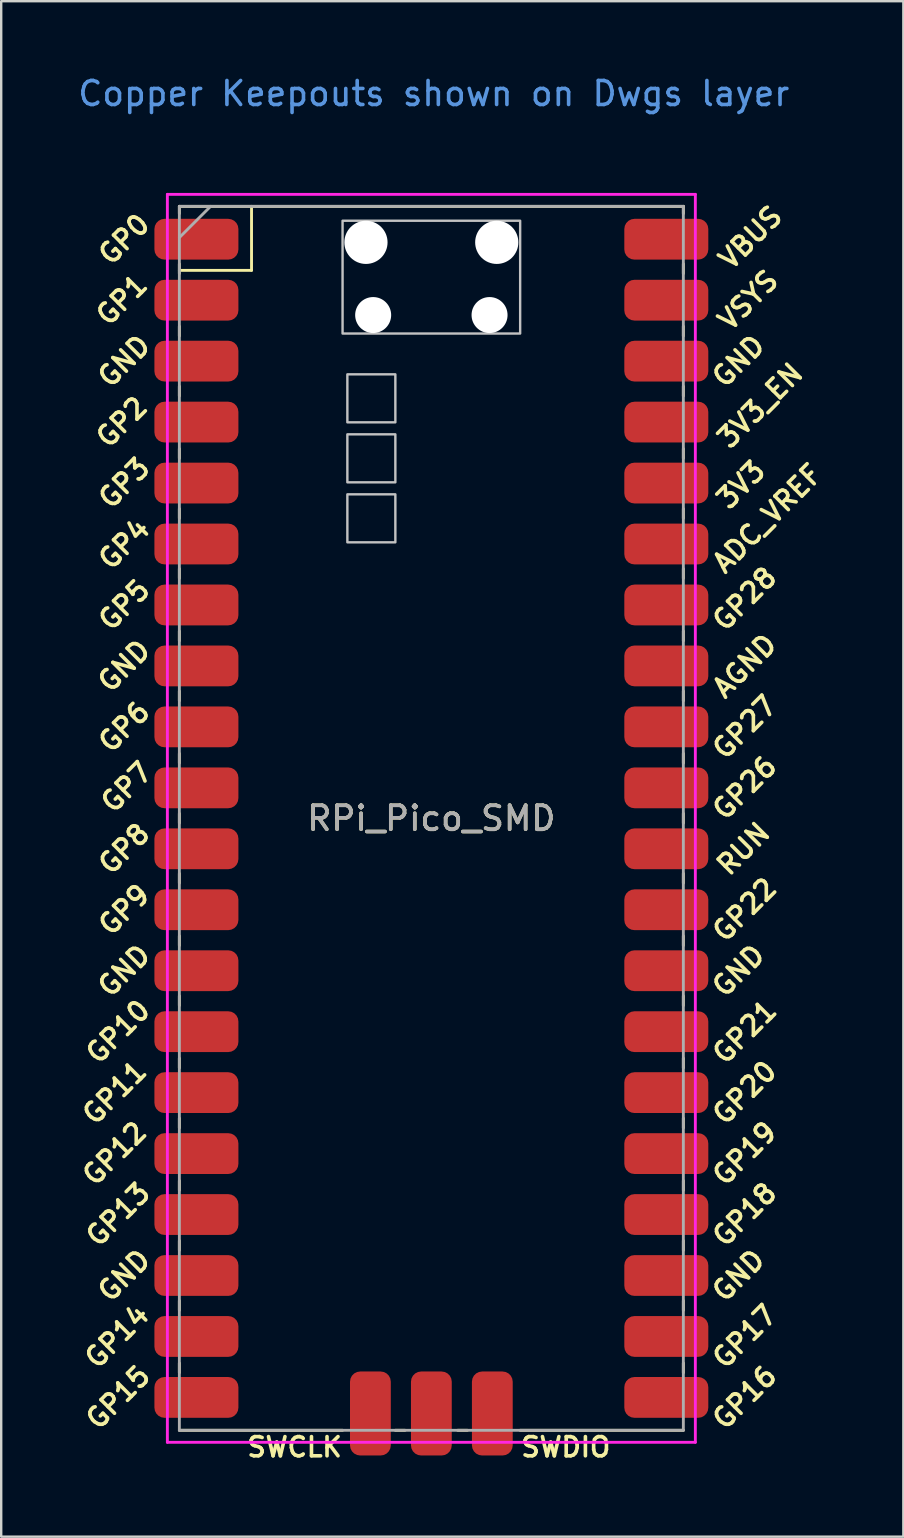
<source format=kicad_pcb>
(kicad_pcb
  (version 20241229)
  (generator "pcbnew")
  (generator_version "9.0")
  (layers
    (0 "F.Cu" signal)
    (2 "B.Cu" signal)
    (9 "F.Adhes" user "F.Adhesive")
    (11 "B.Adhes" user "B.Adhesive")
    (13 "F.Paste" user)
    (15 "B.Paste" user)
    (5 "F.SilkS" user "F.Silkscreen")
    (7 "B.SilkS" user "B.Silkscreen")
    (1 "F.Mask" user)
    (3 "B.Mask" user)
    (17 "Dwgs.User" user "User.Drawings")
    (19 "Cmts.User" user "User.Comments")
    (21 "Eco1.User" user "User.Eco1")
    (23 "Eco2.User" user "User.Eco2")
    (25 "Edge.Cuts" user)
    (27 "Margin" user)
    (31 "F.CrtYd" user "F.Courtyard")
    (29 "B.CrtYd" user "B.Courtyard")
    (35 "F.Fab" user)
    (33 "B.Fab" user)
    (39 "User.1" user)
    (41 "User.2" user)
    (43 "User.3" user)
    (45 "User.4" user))
  (footprint "RPi_Pico_SMD"
    (layer "F.Cu")
    (at 14.924 31.048)
    (property "Reference" "RPi_Pico_SMD" (at 0 0 0) (layer "F.SilkS") (effects (font (size 1 1) (thickness 0.15))))
    (attr through_hole)
    (fp_line (start -10.5 -25.5) (end -10.5 -25.2) (stroke (width 0.12) (type solid)) (layer "F.SilkS"))
    (fp_line (start -10.5 -25.5) (end 10.5 -25.5) (stroke (width 0.12) (type solid)) (layer "F.SilkS"))
    (fp_line (start -10.5 -23.1) (end -10.5 -22.7) (stroke (width 0.12) (type solid)) (layer "F.SilkS"))
    (fp_line (start -10.5 -22.833) (end -7.493 -22.833) (stroke (width 0.12) (type solid)) (layer "F.SilkS"))
    (fp_line (start -10.5 -20.5) (end -10.5 -20.1) (stroke (width 0.12) (type solid)) (layer "F.SilkS"))
    (fp_line (start -10.5 -18) (end -10.5 -17.6) (stroke (width 0.12) (type solid)) (layer "F.SilkS"))
    (fp_line (start -10.5 -15.4) (end -10.5 -15) (stroke (width 0.12) (type solid)) (layer "F.SilkS"))
    (fp_line (start -10.5 -12.9) (end -10.5 -12.5) (stroke (width 0.12) (type solid)) (layer "F.SilkS"))
    (fp_line (start -10.5 -10.4) (end -10.5 -10) (stroke (width 0.12) (type solid)) (layer "F.SilkS"))
    (fp_line (start -10.5 -7.8) (end -10.5 -7.4) (stroke (width 0.12) (type solid)) (layer "F.SilkS"))
    (fp_line (start -10.5 -5.3) (end -10.5 -4.9) (stroke (width 0.12) (type solid)) (layer "F.SilkS"))
    (fp_line (start -10.5 -2.7) (end -10.5 -2.3) (stroke (width 0.12) (type solid)) (layer "F.SilkS"))
    (fp_line (start -10.5 -0.2) (end -10.5 0.2) (stroke (width 0.12) (type solid)) (layer "F.SilkS"))
    (fp_line (start -10.5 2.3) (end -10.5 2.7) (stroke (width 0.12) (type solid)) (layer "F.SilkS"))
    (fp_line (start -10.5 4.9) (end -10.5 5.3) (stroke (width 0.12) (type solid)) (layer "F.SilkS"))
    (fp_line (start -10.5 7.4) (end -10.5 7.8) (stroke (width 0.12) (type solid)) (layer "F.SilkS"))
    (fp_line (start -10.5 10) (end -10.5 10.4) (stroke (width 0.12) (type solid)) (layer "F.SilkS"))
    (fp_line (start -10.5 12.5) (end -10.5 12.9) (stroke (width 0.12) (type solid)) (layer "F.SilkS"))
    (fp_line (start -10.5 15.1) (end -10.5 15.5) (stroke (width 0.12) (type solid)) (layer "F.SilkS"))
    (fp_line (start -10.5 17.6) (end -10.5 18) (stroke (width 0.12) (type solid)) (layer "F.SilkS"))
    (fp_line (start -10.5 20.1) (end -10.5 20.5) (stroke (width 0.12) (type solid)) (layer "F.SilkS"))
    (fp_line (start -10.5 22.7) (end -10.5 23.1) (stroke (width 0.12) (type solid)) (layer "F.SilkS"))
    (fp_line (start -7.493 -22.833) (end -7.493 -25.5) (stroke (width 0.12) (type solid)) (layer "F.SilkS"))
    (fp_line (start -3.7 25.5) (end -10.5 25.5) (stroke (width 0.12) (type solid)) (layer "F.SilkS"))
    (fp_line (start -1.5 25.5) (end -1.1 25.5) (stroke (width 0.12) (type solid)) (layer "F.SilkS"))
    (fp_line (start 1.1 25.5) (end 1.5 25.5) (stroke (width 0.12) (type solid)) (layer "F.SilkS"))
    (fp_line (start 10.5 -25.5) (end 10.5 -25.2) (stroke (width 0.12) (type solid)) (layer "F.SilkS"))
    (fp_line (start 10.5 -23.1) (end 10.5 -22.7) (stroke (width 0.12) (type solid)) (layer "F.SilkS"))
    (fp_line (start 10.5 -20.5) (end 10.5 -20.1) (stroke (width 0.12) (type solid)) (layer "F.SilkS"))
    (fp_line (start 10.5 -18) (end 10.5 -17.6) (stroke (width 0.12) (type solid)) (layer "F.SilkS"))
    (fp_line (start 10.5 -15.4) (end 10.5 -15) (stroke (width 0.12) (type solid)) (layer "F.SilkS"))
    (fp_line (start 10.5 -12.9) (end 10.5 -12.5) (stroke (width 0.12) (type solid)) (layer "F.SilkS"))
    (fp_line (start 10.5 -10.4) (end 10.5 -10) (stroke (width 0.12) (type solid)) (layer "F.SilkS"))
    (fp_line (start 10.5 -7.8) (end 10.5 -7.4) (stroke (width 0.12) (type solid)) (layer "F.SilkS"))
    (fp_line (start 10.5 -5.3) (end 10.5 -4.9) (stroke (width 0.12) (type solid)) (layer "F.SilkS"))
    (fp_line (start 10.5 -2.7) (end 10.5 -2.3) (stroke (width 0.12) (type solid)) (layer "F.SilkS"))
    (fp_line (start 10.5 -0.2) (end 10.5 0.2) (stroke (width 0.12) (type solid)) (layer "F.SilkS"))
    (fp_line (start 10.5 2.3) (end 10.5 2.7) (stroke (width 0.12) (type solid)) (layer "F.SilkS"))
    (fp_line (start 10.5 4.9) (end 10.5 5.3) (stroke (width 0.12) (type solid)) (layer "F.SilkS"))
    (fp_line (start 10.5 7.4) (end 10.5 7.8) (stroke (width 0.12) (type solid)) (layer "F.SilkS"))
    (fp_line (start 10.5 10) (end 10.5 10.4) (stroke (width 0.12) (type solid)) (layer "F.SilkS"))
    (fp_line (start 10.5 12.5) (end 10.5 12.9) (stroke (width 0.12) (type solid)) (layer "F.SilkS"))
    (fp_line (start 10.5 15.1) (end 10.5 15.5) (stroke (width 0.12) (type solid)) (layer "F.SilkS"))
    (fp_line (start 10.5 17.6) (end 10.5 18) (stroke (width 0.12) (type solid)) (layer "F.SilkS"))
    (fp_line (start 10.5 20.1) (end 10.5 20.5) (stroke (width 0.12) (type solid)) (layer "F.SilkS"))
    (fp_line (start 10.5 22.7) (end 10.5 23.1) (stroke (width 0.12) (type solid)) (layer "F.SilkS"))
    (fp_line (start 10.5 25.5) (end 3.7 25.5) (stroke (width 0.12) (type solid)) (layer "F.SilkS"))
    (fp_poly (pts (xy -1.5 -16.5) (xy -3.5 -16.5) (xy -3.5 -18.5) (xy -1.5 -18.5)) (stroke (width 0.1) (type solid)) (fill no) (layer "Dwgs.User"))
    (fp_poly (pts (xy -1.5 -14) (xy -3.5 -14) (xy -3.5 -16) (xy -1.5 -16)) (stroke (width 0.1) (type solid)) (fill no) (layer "Dwgs.User"))
    (fp_poly (pts (xy -1.5 -11.5) (xy -3.5 -11.5) (xy -3.5 -13.5) (xy -1.5 -13.5)) (stroke (width 0.1) (type solid)) (fill no) (layer "Dwgs.User"))
    (fp_poly (pts (xy 3.7 -20.2) (xy -3.7 -20.2) (xy -3.7 -24.9) (xy 3.7 -24.9)) (stroke (width 0.1) (type solid)) (fill no) (layer "Dwgs.User"))
    (fp_line (start -11 -26) (end 11 -26) (stroke (width 0.12) (type solid)) (layer "F.CrtYd"))
    (fp_line (start -11 26) (end -11 -26) (stroke (width 0.12) (type solid)) (layer "F.CrtYd"))
    (fp_line (start 11 -26) (end 11 26) (stroke (width 0.12) (type solid)) (layer "F.CrtYd"))
    (fp_line (start 11 26) (end -11 26) (stroke (width 0.12) (type solid)) (layer "F.CrtYd"))
    (fp_line (start -10.5 -25.5) (end 10.5 -25.5) (stroke (width 0.12) (type solid)) (layer "F.Fab"))
    (fp_line (start -10.5 -24.2) (end -9.2 -25.5) (stroke (width 0.12) (type solid)) (layer "F.Fab"))
    (fp_line (start -10.5 25.5) (end -10.5 -25.5) (stroke (width 0.12) (type solid)) (layer "F.Fab"))
    (fp_line (start 10.5 -25.5) (end 10.5 25.5) (stroke (width 0.12) (type solid)) (layer "F.Fab"))
    (fp_line (start 10.5 25.5) (end -10.5 25.5) (stroke (width 0.12) (type solid)) (layer "F.Fab"))
    (fp_text user "GP17" (at 13.054 21.59 45) (layer "F.SilkS") (effects (font (size 0.8 0.8) (thickness 0.15))))
    (fp_text user "GP11" (at -13.2 11.43 45) (layer "F.SilkS") (effects (font (size 0.8 0.8) (thickness 0.15))))
    (fp_text user "VSYS" (at 13.2 -21.59 45) (layer "F.SilkS") (effects (font (size 0.8 0.8) (thickness 0.15))))
    (fp_text user "GND" (at 12.8 -19.05 45) (layer "F.SilkS") (effects (font (size 0.8 0.8) (thickness 0.15))))
    (fp_text user "GP21" (at 13.054 8.9 45) (layer "F.SilkS") (effects (font (size 0.8 0.8) (thickness 0.15))))
    (fp_text user "GP10" (at -13.054 8.89 45) (layer "F.SilkS") (effects (font (size 0.8 0.8) (thickness 0.15))))
    (fp_text user "GP12" (at -13.2 13.97 45) (layer "F.SilkS") (effects (font (size 0.8 0.8) (thickness 0.15))))
    (fp_text user "GND" (at 12.8 19.05 45) (layer "F.SilkS") (effects (font (size 0.8 0.8) (thickness 0.15))))
    (fp_text user "GND" (at -12.8 19.05 45) (layer "F.SilkS") (effects (font (size 0.8 0.8) (thickness 0.15))))
    (fp_text user "GP13" (at -13.054 16.51 45) (layer "F.SilkS") (effects (font (size 0.8 0.8) (thickness 0.15))))
    (fp_text user "GP18" (at 13.054 16.51 45) (layer "F.SilkS") (effects (font (size 0.8 0.8) (thickness 0.15))))
    (fp_text user "GP19" (at 13.054 13.97 45) (layer "F.SilkS") (effects (font (size 0.8 0.8) (thickness 0.15))))
    (fp_text user "AGND" (at 13.054 -6.35 45) (layer "F.SilkS") (effects (font (size 0.8 0.8) (thickness 0.15))))
    (fp_text user "GND" (at -12.8 6.35 45) (layer "F.SilkS") (effects (font (size 0.8 0.8) (thickness 0.15))))
    (fp_text user "VBUS" (at 13.3 -24.2 45) (layer "F.SilkS") (effects (font (size 0.8 0.8) (thickness 0.15))))
    (fp_text user "GP8" (at -12.8 1.27 45) (layer "F.SilkS") (effects (font (size 0.8 0.8) (thickness 0.15))))
    (fp_text user "GP15" (at -13.054 24.13 45) (layer "F.SilkS") (effects (font (size 0.8 0.8) (thickness 0.15))))
    (fp_text user "SWCLK" (at -5.7 26.2 0) (layer "F.SilkS") (effects (font (size 0.8 0.8) (thickness 0.15))))
    (fp_text user "GP6" (at -12.8 -3.81 45) (layer "F.SilkS") (effects (font (size 0.8 0.8) (thickness 0.15))))
    (fp_text user "GP0" (at -12.8 -24.13 45) (layer "F.SilkS") (effects (font (size 0.8 0.8) (thickness 0.15))))
    (fp_text user "GND" (at -12.8 -6.35 45) (layer "F.SilkS") (effects (font (size 0.8 0.8) (thickness 0.15))))
    (fp_text user "GP26" (at 13.054 -1.27 45) (layer "F.SilkS") (effects (font (size 0.8 0.8) (thickness 0.15))))
    (fp_text user "ADC_VREF" (at 14 -12.5 45) (layer "F.SilkS") (effects (font (size 0.8 0.8) (thickness 0.15))))
    (fp_text user "GP9" (at -12.8 3.81 45) (layer "F.SilkS") (effects (font (size 0.8 0.8) (thickness 0.15))))
    (fp_text user "GND" (at 12.8 6.35 45) (layer "F.SilkS") (effects (font (size 0.8 0.8) (thickness 0.15))))
    (fp_text user "GP1" (at -12.9 -21.6 45) (layer "F.SilkS") (effects (font (size 0.8 0.8) (thickness 0.15))))
    (fp_text user "3V3_EN" (at 13.7 -17.2 45) (layer "F.SilkS") (effects (font (size 0.8 0.8) (thickness 0.15))))
    (fp_text user "GP2" (at -12.9 -16.51 45) (layer "F.SilkS") (effects (font (size 0.8 0.8) (thickness 0.15))))
    (fp_text user "GP7" (at -12.7 -1.3 45) (layer "F.SilkS") (effects (font (size 0.8 0.8) (thickness 0.15))))
    (fp_text user "RUN" (at 13 1.27 45) (layer "F.SilkS") (effects (font (size 0.8 0.8) (thickness 0.15))))
    (fp_text user "GP27" (at 13.054 -3.8 45) (layer "F.SilkS") (effects (font (size 0.8 0.8) (thickness 0.15))))
    (fp_text user "GP22" (at 13.054 3.81 45) (layer "F.SilkS") (effects (font (size 0.8 0.8) (thickness 0.15))))
    (fp_text user "GP4" (at -12.8 -11.43 45) (layer "F.SilkS") (effects (font (size 0.8 0.8) (thickness 0.15))))
    (fp_text user "3V3" (at 12.9 -13.9 45) (layer "F.SilkS") (effects (font (size 0.8 0.8) (thickness 0.15))))
    (fp_text user "GP3" (at -12.8 -13.97 45) (layer "F.SilkS") (effects (font (size 0.8 0.8) (thickness 0.15))))
    (fp_text user "GP5" (at -12.8 -8.89 45) (layer "F.SilkS") (effects (font (size 0.8 0.8) (thickness 0.15))))
    (fp_text user "GP16" (at 13.054 24.13 45) (layer "F.SilkS") (effects (font (size 0.8 0.8) (thickness 0.15))))
    (fp_text user "SWDIO" (at 5.6 26.2 0) (layer "F.SilkS") (effects (font (size 0.8 0.8) (thickness 0.15))))
    (fp_text user "GND" (at -12.8 -19.05 45) (layer "F.SilkS") (effects (font (size 0.8 0.8) (thickness 0.15))))
    (fp_text user "GP14" (at -13.1 21.59 45) (layer "F.SilkS") (effects (font (size 0.8 0.8) (thickness 0.15))))
    (fp_text user "GP20" (at 13.054 11.43 45) (layer "F.SilkS") (effects (font (size 0.8 0.8) (thickness 0.15))))
    (fp_text user "GP28" (at 13.054 -9.144 45) (layer "F.SilkS") (effects (font (size 0.8 0.8) (thickness 0.15))))
    (fp_text user "Copper Keepouts shown on Dwgs layer" (at 0.1 -30.2 0) (layer "Cmts.User") (effects (font (size 1 1) (thickness 0.15))))
    (fp_text user "${REFERENCE}" (at 0 0 180) (layer "F.Fab") (effects (font (size 1 1) (thickness 0.15))))
    (pad "" np_thru_hole oval (at -2.725 -24) (size 1.8 1.8) (drill 1.8) (layers "*.Cu" "*.Mask"))
    (pad "" np_thru_hole oval (at -2.425 -20.97) (size 1.5 1.5) (drill 1.5) (layers "*.Cu" "*.Mask"))
    (pad "" np_thru_hole oval (at 2.425 -20.97) (size 1.5 1.5) (drill 1.5) (layers "*.Cu" "*.Mask"))
    (pad "" np_thru_hole oval (at 2.725 -24) (size 1.8 1.8) (drill 1.8) (layers "*.Cu" "*.Mask"))
    (pad "1" smd roundrect (at -8.89 -24.13) (size 3.5 1.7) (drill (offset -0.9 0)) (layers "F.Cu" "F.Mask") (roundrect_rratio 0.25))
    (pad "2" smd roundrect (at -8.89 -21.59) (size 3.5 1.7) (drill (offset -0.9 0)) (layers "F.Cu" "F.Mask") (roundrect_rratio 0.25))
    (pad "3" smd roundrect (at -8.89 -19.05) (size 3.5 1.7) (drill (offset -0.9 0)) (layers "F.Cu" "F.Mask") (roundrect_rratio 0.25))
    (pad "4" smd roundrect (at -8.89 -16.51) (size 3.5 1.7) (drill (offset -0.9 0)) (layers "F.Cu" "F.Mask") (roundrect_rratio 0.25))
    (pad "5" smd roundrect (at -8.89 -13.97) (size 3.5 1.7) (drill (offset -0.9 0)) (layers "F.Cu" "F.Mask") (roundrect_rratio 0.25))
    (pad "6" smd roundrect (at -8.89 -11.43) (size 3.5 1.7) (drill (offset -0.9 0)) (layers "F.Cu" "F.Mask") (roundrect_rratio 0.25))
    (pad "7" smd roundrect (at -8.89 -8.89) (size 3.5 1.7) (drill (offset -0.9 0)) (layers "F.Cu" "F.Mask") (roundrect_rratio 0.25))
    (pad "8" smd roundrect (at -8.89 -6.35) (size 3.5 1.7) (drill (offset -0.9 0)) (layers "F.Cu" "F.Mask") (roundrect_rratio 0.25))
    (pad "9" smd roundrect (at -8.89 -3.81) (size 3.5 1.7) (drill (offset -0.9 0)) (layers "F.Cu" "F.Mask") (roundrect_rratio 0.25))
    (pad "10" smd roundrect (at -8.89 -1.27) (size 3.5 1.7) (drill (offset -0.9 0)) (layers "F.Cu" "F.Mask") (roundrect_rratio 0.25))
    (pad "11" smd roundrect (at -8.89 1.27) (size 3.5 1.7) (drill (offset -0.9 0)) (layers "F.Cu" "F.Mask") (roundrect_rratio 0.25))
    (pad "12" smd roundrect (at -8.89 3.81) (size 3.5 1.7) (drill (offset -0.9 0)) (layers "F.Cu" "F.Mask") (roundrect_rratio 0.25))
    (pad "13" smd roundrect (at -8.89 6.35) (size 3.5 1.7) (drill (offset -0.9 0)) (layers "F.Cu" "F.Mask") (roundrect_rratio 0.25))
    (pad "14" smd roundrect (at -8.89 8.89) (size 3.5 1.7) (drill (offset -0.9 0)) (layers "F.Cu" "F.Mask") (roundrect_rratio 0.25))
    (pad "15" smd roundrect (at -8.89 11.43) (size 3.5 1.7) (drill (offset -0.9 0)) (layers "F.Cu" "F.Mask") (roundrect_rratio 0.25))
    (pad "16" smd roundrect (at -8.89 13.97) (size 3.5 1.7) (drill (offset -0.9 0)) (layers "F.Cu" "F.Mask") (roundrect_rratio 0.25))
    (pad "17" smd roundrect (at -8.89 16.51) (size 3.5 1.7) (drill (offset -0.9 0)) (layers "F.Cu" "F.Mask") (roundrect_rratio 0.25))
    (pad "18" smd roundrect (at -8.89 19.05) (size 3.5 1.7) (drill (offset -0.9 0)) (layers "F.Cu" "F.Mask") (roundrect_rratio 0.25))
    (pad "19" smd roundrect (at -8.89 21.59) (size 3.5 1.7) (drill (offset -0.9 0)) (layers "F.Cu" "F.Mask") (roundrect_rratio 0.25))
    (pad "20" smd roundrect (at -8.89 24.13) (size 3.5 1.7) (drill (offset -0.9 0)) (layers "F.Cu" "F.Mask") (roundrect_rratio 0.25))
    (pad "21" smd roundrect (at 8.89 24.13) (size 3.5 1.7) (drill (offset 0.9 0)) (layers "F.Cu" "F.Mask") (roundrect_rratio 0.25))
    (pad "22" smd roundrect (at 8.89 21.59) (size 3.5 1.7) (drill (offset 0.9 0)) (layers "F.Cu" "F.Mask") (roundrect_rratio 0.25))
    (pad "23" smd roundrect (at 8.89 19.05) (size 3.5 1.7) (drill (offset 0.9 0)) (layers "F.Cu" "F.Mask") (roundrect_rratio 0.25))
    (pad "24" smd roundrect (at 8.89 16.51) (size 3.5 1.7) (drill (offset 0.9 0)) (layers "F.Cu" "F.Mask") (roundrect_rratio 0.25))
    (pad "25" smd roundrect (at 8.89 13.97) (size 3.5 1.7) (drill (offset 0.9 0)) (layers "F.Cu" "F.Mask") (roundrect_rratio 0.25))
    (pad "26" smd roundrect (at 8.89 11.43) (size 3.5 1.7) (drill (offset 0.9 0)) (layers "F.Cu" "F.Mask") (roundrect_rratio 0.25))
    (pad "27" smd roundrect (at 8.89 8.89) (size 3.5 1.7) (drill (offset 0.9 0)) (layers "F.Cu" "F.Mask") (roundrect_rratio 0.25))
    (pad "28" smd roundrect (at 8.89 6.35) (size 3.5 1.7) (drill (offset 0.9 0)) (layers "F.Cu" "F.Mask") (roundrect_rratio 0.25))
    (pad "29" smd roundrect (at 8.89 3.81) (size 3.5 1.7) (drill (offset 0.9 0)) (layers "F.Cu" "F.Mask") (roundrect_rratio 0.25))
    (pad "30" smd roundrect (at 8.89 1.27) (size 3.5 1.7) (drill (offset 0.9 0)) (layers "F.Cu" "F.Mask") (roundrect_rratio 0.25))
    (pad "31" smd roundrect (at 8.89 -1.27) (size 3.5 1.7) (drill (offset 0.9 0)) (layers "F.Cu" "F.Mask") (roundrect_rratio 0.25))
    (pad "32" smd roundrect (at 8.89 -3.81) (size 3.5 1.7) (drill (offset 0.9 0)) (layers "F.Cu" "F.Mask") (roundrect_rratio 0.25))
    (pad "33" smd roundrect (at 8.89 -6.35) (size 3.5 1.7) (drill (offset 0.9 0)) (layers "F.Cu" "F.Mask") (roundrect_rratio 0.25))
    (pad "34" smd roundrect (at 8.89 -8.89) (size 3.5 1.7) (drill (offset 0.9 0)) (layers "F.Cu" "F.Mask") (roundrect_rratio 0.25))
    (pad "35" smd roundrect (at 8.89 -11.43) (size 3.5 1.7) (drill (offset 0.9 0)) (layers "F.Cu" "F.Mask") (roundrect_rratio 0.25))
    (pad "36" smd roundrect (at 8.89 -13.97) (size 3.5 1.7) (drill (offset 0.9 0)) (layers "F.Cu" "F.Mask") (roundrect_rratio 0.25))
    (pad "37" smd roundrect (at 8.89 -16.51) (size 3.5 1.7) (drill (offset 0.9 0)) (layers "F.Cu" "F.Mask") (roundrect_rratio 0.25))
    (pad "38" smd roundrect (at 8.89 -19.05) (size 3.5 1.7) (drill (offset 0.9 0)) (layers "F.Cu" "F.Mask") (roundrect_rratio 0.25))
    (pad "39" smd roundrect (at 8.89 -21.59) (size 3.5 1.7) (drill (offset 0.9 0)) (layers "F.Cu" "F.Mask") (roundrect_rratio 0.25))
    (pad "40" smd roundrect (at 8.89 -24.13) (size 3.5 1.7) (drill (offset 0.9 0)) (layers "F.Cu" "F.Mask") (roundrect_rratio 0.25))
    (pad "41" smd roundrect (at -2.54 23.9 90) (size 3.5 1.7) (drill (offset -0.9 0)) (layers "F.Cu" "F.Mask") (roundrect_rratio 0.25))
    (pad "42" smd roundrect (at 0 23.9 90) (size 3.5 1.7) (drill (offset -0.9 0)) (layers "F.Cu" "F.Mask") (roundrect_rratio 0.25))
    (pad "43" smd roundrect (at 2.54 23.9 90) (size 3.5 1.7) (drill (offset -0.9 0)) (layers "F.Cu" "F.Mask") (roundrect_rratio 0.25)))
  (gr_rect
    (start -3 -3)
    (end 34.591 60.98)
    (stroke (width 0.1) (type default))
    (fill no)
    (layer "Edge.Cuts")))
</source>
